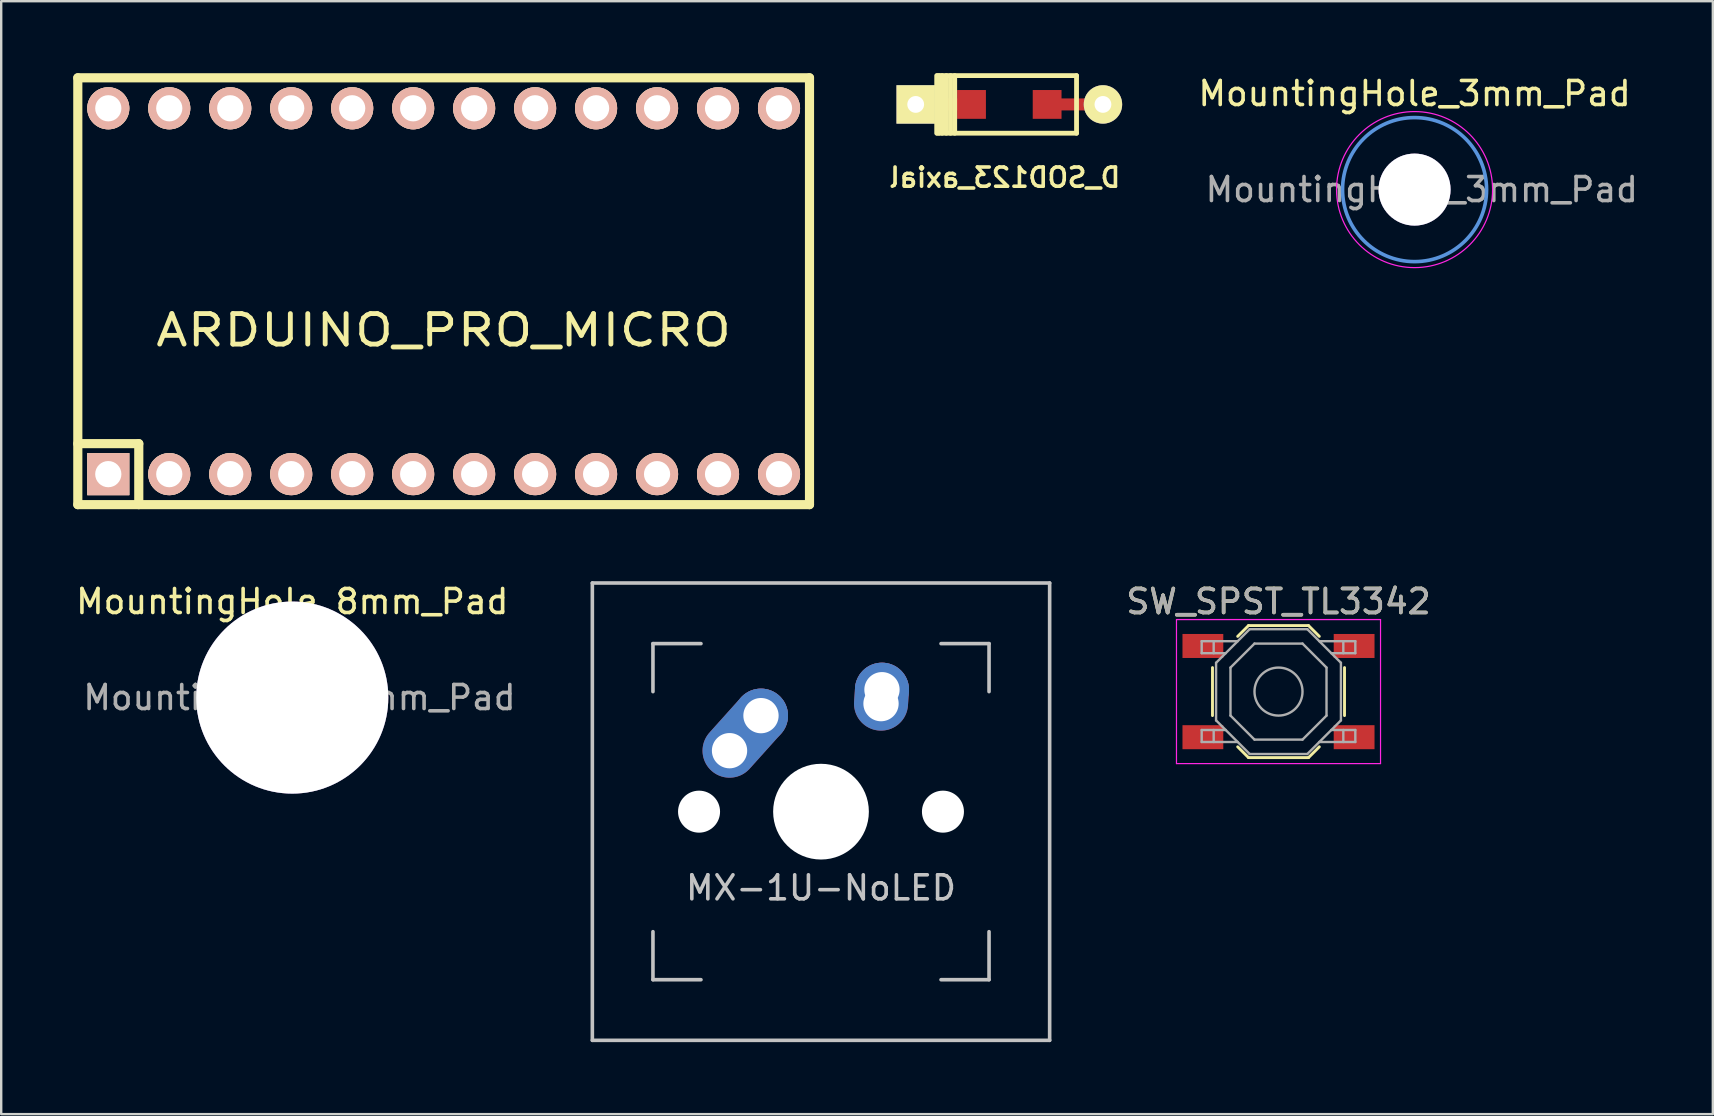
<source format=kicad_pcb>
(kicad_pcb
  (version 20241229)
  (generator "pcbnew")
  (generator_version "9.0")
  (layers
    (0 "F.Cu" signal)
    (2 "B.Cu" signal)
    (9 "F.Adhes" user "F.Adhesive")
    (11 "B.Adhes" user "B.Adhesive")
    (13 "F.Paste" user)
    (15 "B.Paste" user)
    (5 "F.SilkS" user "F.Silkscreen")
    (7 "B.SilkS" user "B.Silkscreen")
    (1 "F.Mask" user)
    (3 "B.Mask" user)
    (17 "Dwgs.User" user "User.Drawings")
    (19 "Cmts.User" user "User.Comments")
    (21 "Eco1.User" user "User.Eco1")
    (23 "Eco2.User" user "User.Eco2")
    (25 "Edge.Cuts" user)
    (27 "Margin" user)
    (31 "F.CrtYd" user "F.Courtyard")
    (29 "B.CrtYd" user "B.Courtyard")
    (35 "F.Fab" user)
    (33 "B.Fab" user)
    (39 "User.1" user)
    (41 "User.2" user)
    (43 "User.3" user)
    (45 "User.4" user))
  (footprint "ARDUINO_PRO_MICRO"
    (layer "F.Cu")
    (at 15.431 9.081)
    (property "Reference" "ARDUINO_PRO_MICRO" (at 0 1.625 180) (layer "F.SilkS") (effects (font (size 1.27 1.524) (thickness 0.203))))
    (attr through_hole)
    (fp_line (start -15.24 -8.89) (end -15.24 8.89) (stroke (width 0.381) (type solid)) (layer "F.SilkS"))
    (fp_line (start -15.24 6.35) (end -12.7 6.35) (stroke (width 0.381) (type solid)) (layer "F.SilkS"))
    (fp_line (start -15.24 8.89) (end 15.24 8.89) (stroke (width 0.381) (type solid)) (layer "F.SilkS"))
    (fp_line (start -12.7 6.35) (end -12.7 8.89) (stroke (width 0.381) (type solid)) (layer "F.SilkS"))
    (fp_line (start 15.24 -8.89) (end -15.24 -8.89) (stroke (width 0.381) (type solid)) (layer "F.SilkS"))
    (fp_line (start 15.24 8.89) (end 15.24 -8.89) (stroke (width 0.381) (type solid)) (layer "F.SilkS"))
    (pad "1" thru_hole rect (at -13.97 7.62) (size 1.753 1.753) (drill 1.092) (layers "*.Cu" "*.SilkS" "*.Mask"))
    (pad "2" thru_hole circle (at -11.43 7.62) (size 1.753 1.753) (drill 1.092) (layers "*.Cu" "*.SilkS" "*.Mask"))
    (pad "3" thru_hole circle (at -8.89 7.62) (size 1.753 1.753) (drill 1.092) (layers "*.Cu" "*.SilkS" "*.Mask"))
    (pad "4" thru_hole circle (at -6.35 7.62) (size 1.753 1.753) (drill 1.092) (layers "*.Cu" "*.SilkS" "*.Mask"))
    (pad "5" thru_hole circle (at -3.81 7.62) (size 1.753 1.753) (drill 1.092) (layers "*.Cu" "*.SilkS" "*.Mask"))
    (pad "6" thru_hole circle (at -1.27 7.62) (size 1.753 1.753) (drill 1.092) (layers "*.Cu" "*.SilkS" "*.Mask"))
    (pad "7" thru_hole circle (at 1.27 7.62) (size 1.753 1.753) (drill 1.092) (layers "*.Cu" "*.SilkS" "*.Mask"))
    (pad "8" thru_hole circle (at 3.81 7.62) (size 1.753 1.753) (drill 1.092) (layers "*.Cu" "*.SilkS" "*.Mask"))
    (pad "9" thru_hole circle (at 6.35 7.62) (size 1.753 1.753) (drill 1.092) (layers "*.Cu" "*.SilkS" "*.Mask"))
    (pad "10" thru_hole circle (at 8.89 7.62) (size 1.753 1.753) (drill 1.092) (layers "*.Cu" "*.SilkS" "*.Mask"))
    (pad "11" thru_hole circle (at 11.43 7.62) (size 1.753 1.753) (drill 1.092) (layers "*.Cu" "*.SilkS" "*.Mask"))
    (pad "12" thru_hole circle (at 13.97 7.62) (size 1.753 1.753) (drill 1.092) (layers "*.Cu" "*.SilkS" "*.Mask"))
    (pad "13" thru_hole circle (at 13.97 -7.62) (size 1.753 1.753) (drill 1.092) (layers "*.Cu" "*.SilkS" "*.Mask"))
    (pad "14" thru_hole circle (at 11.43 -7.62) (size 1.753 1.753) (drill 1.092) (layers "*.Cu" "*.SilkS" "*.Mask"))
    (pad "15" thru_hole circle (at 8.89 -7.62) (size 1.753 1.753) (drill 1.092) (layers "*.Cu" "*.SilkS" "*.Mask"))
    (pad "16" thru_hole circle (at 6.35 -7.62) (size 1.753 1.753) (drill 1.092) (layers "*.Cu" "*.SilkS" "*.Mask"))
    (pad "17" thru_hole circle (at 3.81 -7.62) (size 1.753 1.753) (drill 1.092) (layers "*.Cu" "*.SilkS" "*.Mask"))
    (pad "18" thru_hole circle (at 1.27 -7.62) (size 1.753 1.753) (drill 1.092) (layers "*.Cu" "*.SilkS" "*.Mask"))
    (pad "19" thru_hole circle (at -1.27 -7.62) (size 1.753 1.753) (drill 1.092) (layers "*.Cu" "*.SilkS" "*.Mask"))
    (pad "20" thru_hole circle (at -3.81 -7.62) (size 1.753 1.753) (drill 1.092) (layers "*.Cu" "*.SilkS" "*.Mask"))
    (pad "21" thru_hole circle (at -6.35 -7.62) (size 1.753 1.753) (drill 1.092) (layers "*.Cu" "*.SilkS" "*.Mask"))
    (pad "22" thru_hole circle (at -8.89 -7.62) (size 1.753 1.753) (drill 1.092) (layers "*.Cu" "*.SilkS" "*.Mask"))
    (pad "23" thru_hole circle (at -11.43 -7.62) (size 1.753 1.753) (drill 1.092) (layers "*.Cu" "*.SilkS" "*.Mask"))
    (pad "24" thru_hole circle (at -13.97 -7.62) (size 1.753 1.753) (drill 1.092) (layers "*.Cu" "*.SilkS" "*.Mask")))
  (footprint "MountingHole_3mm_Pad"
    (layer "F.Cu")
    (at 55.876 4.848)
    (property "Reference" "MountingHole_3mm_Pad" (at 0 -4 0) (layer "F.SilkS") (effects (font (size 1 1) (thickness 0.15))))
    (attr exclude_from_pos_files exclude_from_bom)
    (fp_circle (center 0 0) (end 3 0) (stroke (width 0.15) (type solid)) (fill no) (layer "Cmts.User"))
    (fp_circle (center 0 0) (end 3.25 0) (stroke (width 0.05) (type solid)) (fill no) (layer "F.CrtYd"))
    (fp_text user "${REFERENCE}" (at 0.3 0 0) (layer "F.Fab") (effects (font (size 1 1) (thickness 0.15))))
    (pad "1" thru_hole circle (at 0 0) (size 3 3) (drill 3) (layers "*.Cu" "*.Mask")))
  (footprint "D_SOD123_axial"
    (layer "F.Cu")
    (at 38.995 1.3)
    (property "Reference" "D_SOD123_axial" (at -0.189 3.044 180) (layer "F.SilkS") (effects (font (size 0.8 0.8) (thickness 0.15)) (justify mirror)))
    (attr smd)
    (fp_line (start -3.025 1.2) (end -3.025 -1.2) (stroke (width 0.2) (type solid)) (layer "F.SilkS"))
    (fp_line (start -3 -1.2) (end 2.8 -1.2) (stroke (width 0.2) (type solid)) (layer "F.SilkS"))
    (fp_line (start -2.925 -1.2) (end -2.925 1.2) (stroke (width 0.2) (type solid)) (layer "F.SilkS"))
    (fp_line (start -2.8 -1.2) (end -2.8 1.2) (stroke (width 0.2) (type solid)) (layer "F.SilkS"))
    (fp_line (start -2.625 -1.2) (end -2.625 1.2) (stroke (width 0.2) (type solid)) (layer "F.SilkS"))
    (fp_line (start -2.45 -1.2) (end -2.45 1.2) (stroke (width 0.2) (type solid)) (layer "F.SilkS"))
    (fp_line (start -2.275 -1.2) (end -2.275 1.2) (stroke (width 0.2) (type solid)) (layer "F.SilkS"))
    (fp_line (start 2.8 -1.2) (end 2.8 1.2) (stroke (width 0.2) (type solid)) (layer "F.SilkS"))
    (fp_line (start 2.8 1.2) (end -3 1.2) (stroke (width 0.2) (type solid)) (layer "F.SilkS"))
    (pad "1" thru_hole rect (at -3.9 0) (size 1.6 1.6) (drill 0.7) (layers "*.Cu" "*.Mask" "F.SilkS"))
    (pad "1" smd rect (at -2.7 0) (size 2.5 0.5) (layers "F.Cu"))
    (pad "1" smd rect (at -1.575 0) (size 1.2 1.2) (layers "F.Cu" "F.Mask" "F.Paste"))
    (pad "2" smd rect (at 1.575 0) (size 1.2 1.2) (layers "F.Cu" "F.Mask" "F.Paste"))
    (pad "2" smd rect (at 2.7 0) (size 2.5 0.5) (layers "F.Cu"))
    (pad "2" thru_hole circle (at 3.9 0) (size 1.6 1.6) (drill 0.7) (layers "*.Cu" "*.Mask" "F.SilkS")))
  (footprint "MountingHole_8mm_Pad"
    (layer "F.Cu")
    (at 9.125 26.009)
    (property "Reference" "MountingHole_8mm_Pad" (at 0 -4 0) (layer "F.SilkS") (effects (font (size 1 1) (thickness 0.15))))
    (attr exclude_from_pos_files exclude_from_bom)
    (fp_circle (center 0 0) (end 3 0) (stroke (width 0.15) (type solid)) (fill no) (layer "Cmts.User"))
    (fp_circle (center 0 0) (end 3.25 0) (stroke (width 0.05) (type solid)) (fill no) (layer "F.CrtYd"))
    (fp_text user "${REFERENCE}" (at 0.3 0 0) (layer "F.Fab") (effects (font (size 1 1) (thickness 0.15))))
    (pad "1" thru_hole circle (at 0 0) (size 8 8) (drill 8) (layers "*.Cu" "*.Mask")))
  (footprint "MX-1U-NoLED"
    (layer "F.Cu")
    (at 31.15 30.761)
    (property "Reference" "MX-1U-NoLED" (at 0 3.175 180) (layer "Dwgs.User") (effects (font (size 1 1) (thickness 0.15))))
    (attr through_hole)
    (fp_line (start -9.525 -9.525) (end 9.525 -9.525) (stroke (width 0.15) (type solid)) (layer "Dwgs.User"))
    (fp_line (start -9.525 9.525) (end -9.525 -9.525) (stroke (width 0.15) (type solid)) (layer "Dwgs.User"))
    (fp_line (start -7 -7) (end -7 -5) (stroke (width 0.15) (type solid)) (layer "Dwgs.User"))
    (fp_line (start -7 5) (end -7 7) (stroke (width 0.15) (type solid)) (layer "Dwgs.User"))
    (fp_line (start -7 7) (end -5 7) (stroke (width 0.15) (type solid)) (layer "Dwgs.User"))
    (fp_line (start -5 -7) (end -7 -7) (stroke (width 0.15) (type solid)) (layer "Dwgs.User"))
    (fp_line (start 5 -7) (end 7 -7) (stroke (width 0.15) (type solid)) (layer "Dwgs.User"))
    (fp_line (start 5 7) (end 7 7) (stroke (width 0.15) (type solid)) (layer "Dwgs.User"))
    (fp_line (start 7 -7) (end 7 -5) (stroke (width 0.15) (type solid)) (layer "Dwgs.User"))
    (fp_line (start 7 7) (end 7 5) (stroke (width 0.15) (type solid)) (layer "Dwgs.User"))
    (fp_line (start 9.525 -9.525) (end 9.525 9.525) (stroke (width 0.15) (type solid)) (layer "Dwgs.User"))
    (fp_line (start 9.525 9.525) (end -9.525 9.525) (stroke (width 0.15) (type solid)) (layer "Dwgs.User"))
    (pad "" np_thru_hole circle (at -5.08 0 48.1) (size 1.75 1.75) (drill 1.75) (layers "*.Cu" "*.Mask"))
    (pad "" np_thru_hole circle (at 0 0) (size 3.988 3.988) (drill 3.988) (layers "*.Cu" "*.Mask"))
    (pad "" np_thru_hole circle (at 5.08 0 48.1) (size 1.75 1.75) (drill 1.75) (layers "*.Cu" "*.Mask"))
    (pad "1" thru_hole oval (at -3.81 -2.54 48.1) (size 4.212 2.25) (drill 1.47 (offset 0.981 0)) (layers "*.Cu" "B.Mask"))
    (pad "1" thru_hole circle (at -2.5 -4) (size 2.25 2.25) (drill 1.47) (layers "*.Cu" "B.Mask"))
    (pad "2" thru_hole oval (at 2.5 -4.5 86.055) (size 2.831 2.25) (drill 1.47 (offset 0.291 0)) (layers "*.Cu" "B.Mask"))
    (pad "2" thru_hole circle (at 2.54 -5.08) (size 2.25 2.25) (drill 1.47) (layers "*.Cu" "B.Mask")))
  (footprint "SW_SPST_TL3342"
    (layer "F.Cu")
    (at 50.208 25.759)
    (property "Reference" "SW_SPST_TL3342" (at 0 -3.75 180) (layer "F.SilkS") (effects (font (size 1 1) (thickness 0.15))))
    (attr smd)
    (fp_line (start -2.75 -1) (end -2.75 1) (stroke (width 0.12) (type solid)) (layer "F.SilkS"))
    (fp_line (start -1.7 -2.3) (end -1.25 -2.75) (stroke (width 0.12) (type solid)) (layer "F.SilkS"))
    (fp_line (start -1.7 2.3) (end -1.25 2.75) (stroke (width 0.12) (type solid)) (layer "F.SilkS"))
    (fp_line (start -1.25 -2.75) (end 1.25 -2.75) (stroke (width 0.12) (type solid)) (layer "F.SilkS"))
    (fp_line (start -1.25 2.75) (end 1.25 2.75) (stroke (width 0.12) (type solid)) (layer "F.SilkS"))
    (fp_line (start 1.7 -2.3) (end 1.25 -2.75) (stroke (width 0.12) (type solid)) (layer "F.SilkS"))
    (fp_line (start 1.7 2.3) (end 1.25 2.75) (stroke (width 0.12) (type solid)) (layer "F.SilkS"))
    (fp_line (start 2.75 -1) (end 2.75 1) (stroke (width 0.12) (type solid)) (layer "F.SilkS"))
    (fp_line (start -4.25 -3) (end 4.25 -3) (stroke (width 0.05) (type solid)) (layer "F.CrtYd"))
    (fp_line (start -4.25 3) (end -4.25 -3) (stroke (width 0.05) (type solid)) (layer "F.CrtYd"))
    (fp_line (start 4.25 -3) (end 4.25 3) (stroke (width 0.05) (type solid)) (layer "F.CrtYd"))
    (fp_line (start 4.25 3) (end -4.25 3) (stroke (width 0.05) (type solid)) (layer "F.CrtYd"))
    (fp_line (start -3.2 -2.1) (end -3.2 -1.6) (stroke (width 0.1) (type solid)) (layer "F.Fab"))
    (fp_line (start -3.2 -1.6) (end -2.2 -1.6) (stroke (width 0.1) (type solid)) (layer "F.Fab"))
    (fp_line (start -3.2 1.6) (end -2.2 1.6) (stroke (width 0.1) (type solid)) (layer "F.Fab"))
    (fp_line (start -3.2 2.1) (end -3.2 1.6) (stroke (width 0.1) (type solid)) (layer "F.Fab"))
    (fp_line (start -2.7 -2.1) (end -2.7 -1.6) (stroke (width 0.1) (type solid)) (layer "F.Fab"))
    (fp_line (start -2.7 2.1) (end -2.7 1.6) (stroke (width 0.1) (type solid)) (layer "F.Fab"))
    (fp_line (start -2.6 -1.2) (end -2.6 1.2) (stroke (width 0.1) (type solid)) (layer "F.Fab"))
    (fp_line (start -2.6 1.2) (end -1.2 2.6) (stroke (width 0.1) (type solid)) (layer "F.Fab"))
    (fp_line (start -2 -1) (end -1 -2) (stroke (width 0.1) (type solid)) (layer "F.Fab"))
    (fp_line (start -2 1) (end -2 -1) (stroke (width 0.1) (type solid)) (layer "F.Fab"))
    (fp_line (start -1.7 -2.1) (end -3.2 -2.1) (stroke (width 0.1) (type solid)) (layer "F.Fab"))
    (fp_line (start -1.7 2.1) (end -3.2 2.1) (stroke (width 0.1) (type solid)) (layer "F.Fab"))
    (fp_line (start -1.2 -2.6) (end -2.6 -1.2) (stroke (width 0.1) (type solid)) (layer "F.Fab"))
    (fp_line (start -1.2 2.6) (end 1.2 2.6) (stroke (width 0.1) (type solid)) (layer "F.Fab"))
    (fp_line (start -1 -2) (end 1 -2) (stroke (width 0.1) (type solid)) (layer "F.Fab"))
    (fp_line (start -1 2) (end -2 1) (stroke (width 0.1) (type solid)) (layer "F.Fab"))
    (fp_line (start 1 -2) (end 2 -1) (stroke (width 0.1) (type solid)) (layer "F.Fab"))
    (fp_line (start 1 2) (end -1 2) (stroke (width 0.1) (type solid)) (layer "F.Fab"))
    (fp_line (start 1.2 -2.6) (end -1.2 -2.6) (stroke (width 0.1) (type solid)) (layer "F.Fab"))
    (fp_line (start 1.2 2.6) (end 2.6 1.2) (stroke (width 0.1) (type solid)) (layer "F.Fab"))
    (fp_line (start 1.7 -2.1) (end 3.2 -2.1) (stroke (width 0.1) (type solid)) (layer "F.Fab"))
    (fp_line (start 1.7 2.1) (end 3.2 2.1) (stroke (width 0.1) (type solid)) (layer "F.Fab"))
    (fp_line (start 2 -1) (end 2 1) (stroke (width 0.1) (type solid)) (layer "F.Fab"))
    (fp_line (start 2 1) (end 1 2) (stroke (width 0.1) (type solid)) (layer "F.Fab"))
    (fp_line (start 2.6 -1.2) (end 1.2 -2.6) (stroke (width 0.1) (type solid)) (layer "F.Fab"))
    (fp_line (start 2.6 1.2) (end 2.6 -1.2) (stroke (width 0.1) (type solid)) (layer "F.Fab"))
    (fp_line (start 2.7 -2.1) (end 2.7 -1.6) (stroke (width 0.1) (type solid)) (layer "F.Fab"))
    (fp_line (start 2.7 2.1) (end 2.7 1.6) (stroke (width 0.1) (type solid)) (layer "F.Fab"))
    (fp_line (start 3.2 -2.1) (end 3.2 -1.6) (stroke (width 0.1) (type solid)) (layer "F.Fab"))
    (fp_line (start 3.2 -1.6) (end 2.2 -1.6) (stroke (width 0.1) (type solid)) (layer "F.Fab"))
    (fp_line (start 3.2 1.6) (end 2.2 1.6) (stroke (width 0.1) (type solid)) (layer "F.Fab"))
    (fp_line (start 3.2 2.1) (end 3.2 1.6) (stroke (width 0.1) (type solid)) (layer "F.Fab"))
    (fp_circle (center 0 0) (end 1 0) (stroke (width 0.1) (type solid)) (fill no) (layer "F.Fab"))
    (fp_text user "${REFERENCE}" (at 0 -3.75 180) (layer "F.Fab") (effects (font (size 1 1) (thickness 0.15))))
    (pad "1" smd rect (at -3.15 -1.9) (size 1.7 1) (layers "F.Cu" "F.Mask" "F.Paste"))
    (pad "1" smd rect (at 3.15 -1.9) (size 1.7 1) (layers "F.Cu" "F.Mask" "F.Paste"))
    (pad "2" smd rect (at -3.15 1.9) (size 1.7 1) (layers "F.Cu" "F.Mask" "F.Paste"))
    (pad "2" smd rect (at 3.15 1.9) (size 1.7 1) (layers "F.Cu" "F.Mask" "F.Paste")))
  (gr_rect
    (start -3 -3)
    (end 68.301 43.361)
    (stroke (width 0.1) (type default))
    (fill no)
    (layer "Edge.Cuts")))
</source>
